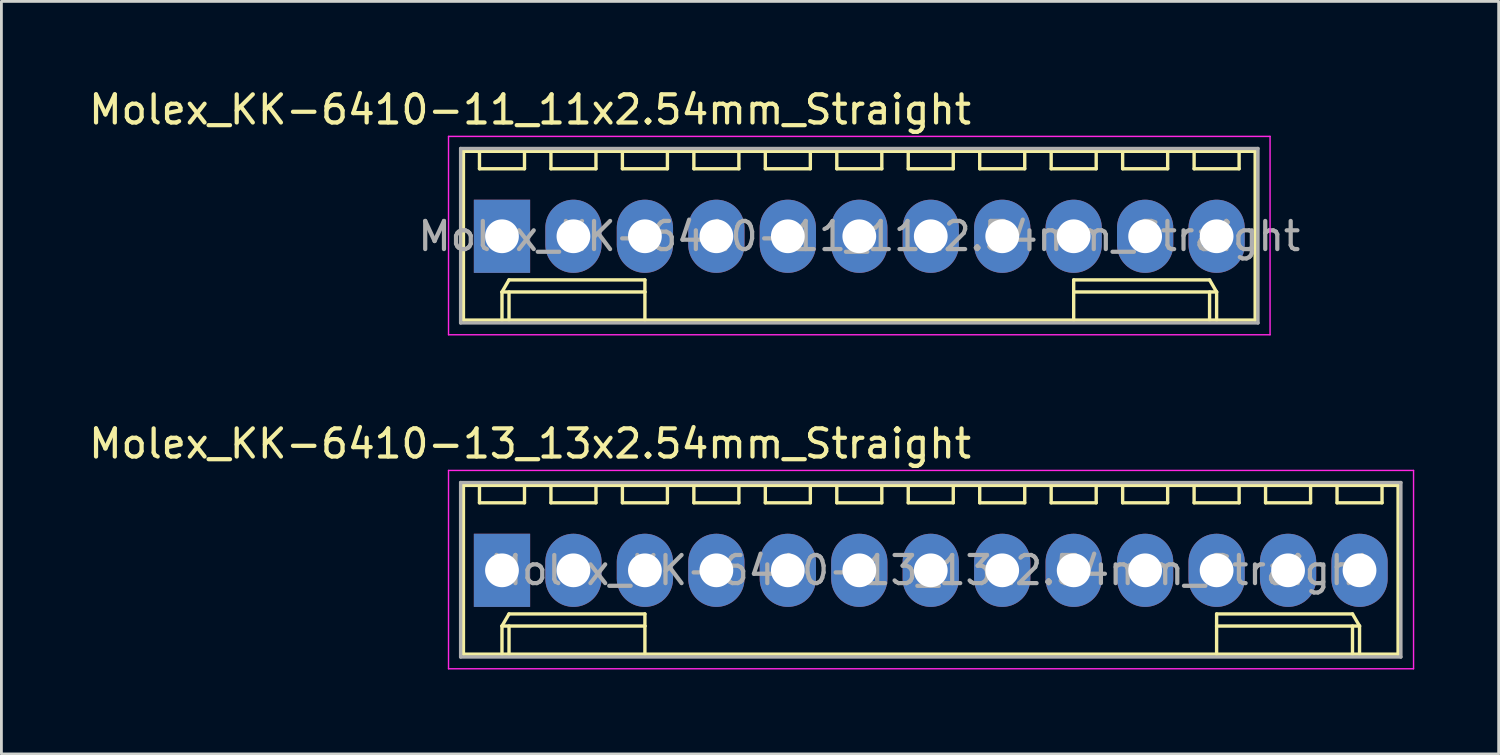
<source format=kicad_pcb>
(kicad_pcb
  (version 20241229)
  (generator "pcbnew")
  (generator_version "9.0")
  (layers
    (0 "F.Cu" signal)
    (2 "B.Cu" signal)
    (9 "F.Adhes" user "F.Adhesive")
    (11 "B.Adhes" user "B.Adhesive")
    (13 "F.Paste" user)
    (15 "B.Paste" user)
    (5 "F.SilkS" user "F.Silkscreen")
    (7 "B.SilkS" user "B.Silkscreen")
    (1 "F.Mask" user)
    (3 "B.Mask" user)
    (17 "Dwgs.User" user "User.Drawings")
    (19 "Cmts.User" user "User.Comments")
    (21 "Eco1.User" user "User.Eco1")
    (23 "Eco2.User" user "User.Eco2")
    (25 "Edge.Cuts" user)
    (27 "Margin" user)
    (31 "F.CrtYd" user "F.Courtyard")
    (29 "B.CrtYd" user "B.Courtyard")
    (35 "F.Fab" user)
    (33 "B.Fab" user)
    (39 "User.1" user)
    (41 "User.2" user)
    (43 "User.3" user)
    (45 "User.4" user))
  (footprint "Molex_KK-6410-11_11x2.54mm_Straight"
    (layer "F.Cu")
    (at 14.792 5.348)
    (property "Reference" "Molex_KK-6410-11_11x2.54mm_Straight" (at 1 -4.5 0) (layer "F.SilkS") (effects (font (size 1 1) (thickness 0.15))))
    (attr through_hole)
    (fp_line (start -1.37 -3.02) (end -1.37 2.98) (stroke (width 0.12) (type solid)) (layer "F.SilkS"))
    (fp_line (start -1.37 2.98) (end 26.77 2.98) (stroke (width 0.12) (type solid)) (layer "F.SilkS"))
    (fp_line (start -0.8 -3.02) (end -0.8 -2.4) (stroke (width 0.12) (type solid)) (layer "F.SilkS"))
    (fp_line (start -0.8 -2.4) (end 0.8 -2.4) (stroke (width 0.12) (type solid)) (layer "F.SilkS"))
    (fp_line (start 0 1.98) (end 0.25 1.55) (stroke (width 0.12) (type solid)) (layer "F.SilkS"))
    (fp_line (start 0 1.98) (end 5.08 1.98) (stroke (width 0.12) (type solid)) (layer "F.SilkS"))
    (fp_line (start 0 2.98) (end 0 1.98) (stroke (width 0.12) (type solid)) (layer "F.SilkS"))
    (fp_line (start 0.25 1.55) (end 5.08 1.55) (stroke (width 0.12) (type solid)) (layer "F.SilkS"))
    (fp_line (start 0.25 2.98) (end 0.25 1.98) (stroke (width 0.12) (type solid)) (layer "F.SilkS"))
    (fp_line (start 0.8 -2.4) (end 0.8 -3.02) (stroke (width 0.12) (type solid)) (layer "F.SilkS"))
    (fp_line (start 1.74 -3.02) (end 1.74 -2.4) (stroke (width 0.12) (type solid)) (layer "F.SilkS"))
    (fp_line (start 1.74 -2.4) (end 3.34 -2.4) (stroke (width 0.12) (type solid)) (layer "F.SilkS"))
    (fp_line (start 3.34 -2.4) (end 3.34 -3.02) (stroke (width 0.12) (type solid)) (layer "F.SilkS"))
    (fp_line (start 4.28 -3.02) (end 4.28 -2.4) (stroke (width 0.12) (type solid)) (layer "F.SilkS"))
    (fp_line (start 4.28 -2.4) (end 5.88 -2.4) (stroke (width 0.12) (type solid)) (layer "F.SilkS"))
    (fp_line (start 5.08 1.55) (end 5.08 1.98) (stroke (width 0.12) (type solid)) (layer "F.SilkS"))
    (fp_line (start 5.08 1.98) (end 5.08 2.98) (stroke (width 0.12) (type solid)) (layer "F.SilkS"))
    (fp_line (start 5.88 -2.4) (end 5.88 -3.02) (stroke (width 0.12) (type solid)) (layer "F.SilkS"))
    (fp_line (start 6.82 -3.02) (end 6.82 -2.4) (stroke (width 0.12) (type solid)) (layer "F.SilkS"))
    (fp_line (start 6.82 -2.4) (end 8.42 -2.4) (stroke (width 0.12) (type solid)) (layer "F.SilkS"))
    (fp_line (start 8.42 -2.4) (end 8.42 -3.02) (stroke (width 0.12) (type solid)) (layer "F.SilkS"))
    (fp_line (start 9.36 -3.02) (end 9.36 -2.4) (stroke (width 0.12) (type solid)) (layer "F.SilkS"))
    (fp_line (start 9.36 -2.4) (end 10.96 -2.4) (stroke (width 0.12) (type solid)) (layer "F.SilkS"))
    (fp_line (start 10.96 -2.4) (end 10.96 -3.02) (stroke (width 0.12) (type solid)) (layer "F.SilkS"))
    (fp_line (start 11.9 -3.02) (end 11.9 -2.4) (stroke (width 0.12) (type solid)) (layer "F.SilkS"))
    (fp_line (start 11.9 -2.4) (end 13.5 -2.4) (stroke (width 0.12) (type solid)) (layer "F.SilkS"))
    (fp_line (start 13.5 -2.4) (end 13.5 -3.02) (stroke (width 0.12) (type solid)) (layer "F.SilkS"))
    (fp_line (start 14.44 -3.02) (end 14.44 -2.4) (stroke (width 0.12) (type solid)) (layer "F.SilkS"))
    (fp_line (start 14.44 -2.4) (end 16.04 -2.4) (stroke (width 0.12) (type solid)) (layer "F.SilkS"))
    (fp_line (start 16.04 -2.4) (end 16.04 -3.02) (stroke (width 0.12) (type solid)) (layer "F.SilkS"))
    (fp_line (start 16.98 -3.02) (end 16.98 -2.4) (stroke (width 0.12) (type solid)) (layer "F.SilkS"))
    (fp_line (start 16.98 -2.4) (end 18.58 -2.4) (stroke (width 0.12) (type solid)) (layer "F.SilkS"))
    (fp_line (start 18.58 -2.4) (end 18.58 -3.02) (stroke (width 0.12) (type solid)) (layer "F.SilkS"))
    (fp_line (start 19.52 -3.02) (end 19.52 -2.4) (stroke (width 0.12) (type solid)) (layer "F.SilkS"))
    (fp_line (start 19.52 -2.4) (end 21.12 -2.4) (stroke (width 0.12) (type solid)) (layer "F.SilkS"))
    (fp_line (start 20.32 1.55) (end 20.32 1.98) (stroke (width 0.12) (type solid)) (layer "F.SilkS"))
    (fp_line (start 20.32 1.98) (end 20.32 2.98) (stroke (width 0.12) (type solid)) (layer "F.SilkS"))
    (fp_line (start 21.12 -2.4) (end 21.12 -3.02) (stroke (width 0.12) (type solid)) (layer "F.SilkS"))
    (fp_line (start 22.06 -3.02) (end 22.06 -2.4) (stroke (width 0.12) (type solid)) (layer "F.SilkS"))
    (fp_line (start 22.06 -2.4) (end 23.66 -2.4) (stroke (width 0.12) (type solid)) (layer "F.SilkS"))
    (fp_line (start 23.66 -2.4) (end 23.66 -3.02) (stroke (width 0.12) (type solid)) (layer "F.SilkS"))
    (fp_line (start 24.6 -3.02) (end 24.6 -2.4) (stroke (width 0.12) (type solid)) (layer "F.SilkS"))
    (fp_line (start 24.6 -2.4) (end 26.2 -2.4) (stroke (width 0.12) (type solid)) (layer "F.SilkS"))
    (fp_line (start 25.15 1.55) (end 20.32 1.55) (stroke (width 0.12) (type solid)) (layer "F.SilkS"))
    (fp_line (start 25.15 2.98) (end 25.15 1.98) (stroke (width 0.12) (type solid)) (layer "F.SilkS"))
    (fp_line (start 25.4 1.98) (end 20.32 1.98) (stroke (width 0.12) (type solid)) (layer "F.SilkS"))
    (fp_line (start 25.4 1.98) (end 25.15 1.55) (stroke (width 0.12) (type solid)) (layer "F.SilkS"))
    (fp_line (start 25.4 2.98) (end 25.4 1.98) (stroke (width 0.12) (type solid)) (layer "F.SilkS"))
    (fp_line (start 26.2 -2.4) (end 26.2 -3.02) (stroke (width 0.12) (type solid)) (layer "F.SilkS"))
    (fp_line (start 26.77 -3.02) (end -1.37 -3.02) (stroke (width 0.12) (type solid)) (layer "F.SilkS"))
    (fp_line (start 26.77 2.98) (end 26.77 -3.02) (stroke (width 0.12) (type solid)) (layer "F.SilkS"))
    (fp_line (start -1.9 -3.55) (end 27.3 -3.55) (stroke (width 0.05) (type solid)) (layer "F.CrtYd"))
    (fp_line (start -1.9 3.5) (end -1.9 -3.55) (stroke (width 0.05) (type solid)) (layer "F.CrtYd"))
    (fp_line (start 27.3 -3.55) (end 27.3 3.5) (stroke (width 0.05) (type solid)) (layer "F.CrtYd"))
    (fp_line (start 27.3 3.5) (end -1.9 3.5) (stroke (width 0.05) (type solid)) (layer "F.CrtYd"))
    (fp_line (start -1.47 -3.12) (end -1.47 3.08) (stroke (width 0.12) (type solid)) (layer "F.Fab"))
    (fp_line (start -1.47 3.08) (end 26.87 3.08) (stroke (width 0.12) (type solid)) (layer "F.Fab"))
    (fp_line (start 26.87 -3.12) (end -1.47 -3.12) (stroke (width 0.12) (type solid)) (layer "F.Fab"))
    (fp_line (start 26.87 3.08) (end 26.87 -3.12) (stroke (width 0.12) (type solid)) (layer "F.Fab"))
    (fp_text user "${REFERENCE}" (at 12.7 0 0) (layer "F.Fab") (effects (font (size 1 1) (thickness 0.15))))
    (pad "1" thru_hole rect (at 0 0) (size 2 2.6) (drill 1.2) (layers "*.Cu" "*.Mask"))
    (pad "2" thru_hole oval (at 2.54 0) (size 2 2.6) (drill 1.2) (layers "*.Cu" "*.Mask"))
    (pad "3" thru_hole oval (at 5.08 0) (size 2 2.6) (drill 1.2) (layers "*.Cu" "*.Mask"))
    (pad "4" thru_hole oval (at 7.62 0) (size 2 2.6) (drill 1.2) (layers "*.Cu" "*.Mask"))
    (pad "5" thru_hole oval (at 10.16 0) (size 2 2.6) (drill 1.2) (layers "*.Cu" "*.Mask"))
    (pad "6" thru_hole oval (at 12.7 0) (size 2 2.6) (drill 1.2) (layers "*.Cu" "*.Mask"))
    (pad "7" thru_hole oval (at 15.24 0) (size 2 2.6) (drill 1.2) (layers "*.Cu" "*.Mask"))
    (pad "8" thru_hole oval (at 17.78 0) (size 2 2.6) (drill 1.2) (layers "*.Cu" "*.Mask"))
    (pad "9" thru_hole oval (at 20.32 0) (size 2 2.6) (drill 1.2) (layers "*.Cu" "*.Mask"))
    (pad "10" thru_hole oval (at 22.86 0) (size 2 2.6) (drill 1.2) (layers "*.Cu" "*.Mask"))
    (pad "11" thru_hole oval (at 25.4 0) (size 2 2.6) (drill 1.2) (layers "*.Cu" "*.Mask")))
  (footprint "Molex_KK-6410-13_13x2.54mm_Straight"
    (layer "F.Cu")
    (at 14.792 17.221)
    (property "Reference" "Molex_KK-6410-13_13x2.54mm_Straight" (at 1 -4.5 0) (layer "F.SilkS") (effects (font (size 1 1) (thickness 0.15))))
    (attr through_hole)
    (fp_line (start -1.37 -3.02) (end -1.37 2.98) (stroke (width 0.12) (type solid)) (layer "F.SilkS"))
    (fp_line (start -1.37 2.98) (end 31.85 2.98) (stroke (width 0.12) (type solid)) (layer "F.SilkS"))
    (fp_line (start -0.8 -3.02) (end -0.8 -2.4) (stroke (width 0.12) (type solid)) (layer "F.SilkS"))
    (fp_line (start -0.8 -2.4) (end 0.8 -2.4) (stroke (width 0.12) (type solid)) (layer "F.SilkS"))
    (fp_line (start 0 1.98) (end 0.25 1.55) (stroke (width 0.12) (type solid)) (layer "F.SilkS"))
    (fp_line (start 0 1.98) (end 5.08 1.98) (stroke (width 0.12) (type solid)) (layer "F.SilkS"))
    (fp_line (start 0 2.98) (end 0 1.98) (stroke (width 0.12) (type solid)) (layer "F.SilkS"))
    (fp_line (start 0.25 1.55) (end 5.08 1.55) (stroke (width 0.12) (type solid)) (layer "F.SilkS"))
    (fp_line (start 0.25 2.98) (end 0.25 1.98) (stroke (width 0.12) (type solid)) (layer "F.SilkS"))
    (fp_line (start 0.8 -2.4) (end 0.8 -3.02) (stroke (width 0.12) (type solid)) (layer "F.SilkS"))
    (fp_line (start 1.74 -3.02) (end 1.74 -2.4) (stroke (width 0.12) (type solid)) (layer "F.SilkS"))
    (fp_line (start 1.74 -2.4) (end 3.34 -2.4) (stroke (width 0.12) (type solid)) (layer "F.SilkS"))
    (fp_line (start 3.34 -2.4) (end 3.34 -3.02) (stroke (width 0.12) (type solid)) (layer "F.SilkS"))
    (fp_line (start 4.28 -3.02) (end 4.28 -2.4) (stroke (width 0.12) (type solid)) (layer "F.SilkS"))
    (fp_line (start 4.28 -2.4) (end 5.88 -2.4) (stroke (width 0.12) (type solid)) (layer "F.SilkS"))
    (fp_line (start 5.08 1.55) (end 5.08 1.98) (stroke (width 0.12) (type solid)) (layer "F.SilkS"))
    (fp_line (start 5.08 1.98) (end 5.08 2.98) (stroke (width 0.12) (type solid)) (layer "F.SilkS"))
    (fp_line (start 5.88 -2.4) (end 5.88 -3.02) (stroke (width 0.12) (type solid)) (layer "F.SilkS"))
    (fp_line (start 6.82 -3.02) (end 6.82 -2.4) (stroke (width 0.12) (type solid)) (layer "F.SilkS"))
    (fp_line (start 6.82 -2.4) (end 8.42 -2.4) (stroke (width 0.12) (type solid)) (layer "F.SilkS"))
    (fp_line (start 8.42 -2.4) (end 8.42 -3.02) (stroke (width 0.12) (type solid)) (layer "F.SilkS"))
    (fp_line (start 9.36 -3.02) (end 9.36 -2.4) (stroke (width 0.12) (type solid)) (layer "F.SilkS"))
    (fp_line (start 9.36 -2.4) (end 10.96 -2.4) (stroke (width 0.12) (type solid)) (layer "F.SilkS"))
    (fp_line (start 10.96 -2.4) (end 10.96 -3.02) (stroke (width 0.12) (type solid)) (layer "F.SilkS"))
    (fp_line (start 11.9 -3.02) (end 11.9 -2.4) (stroke (width 0.12) (type solid)) (layer "F.SilkS"))
    (fp_line (start 11.9 -2.4) (end 13.5 -2.4) (stroke (width 0.12) (type solid)) (layer "F.SilkS"))
    (fp_line (start 13.5 -2.4) (end 13.5 -3.02) (stroke (width 0.12) (type solid)) (layer "F.SilkS"))
    (fp_line (start 14.44 -3.02) (end 14.44 -2.4) (stroke (width 0.12) (type solid)) (layer "F.SilkS"))
    (fp_line (start 14.44 -2.4) (end 16.04 -2.4) (stroke (width 0.12) (type solid)) (layer "F.SilkS"))
    (fp_line (start 16.04 -2.4) (end 16.04 -3.02) (stroke (width 0.12) (type solid)) (layer "F.SilkS"))
    (fp_line (start 16.98 -3.02) (end 16.98 -2.4) (stroke (width 0.12) (type solid)) (layer "F.SilkS"))
    (fp_line (start 16.98 -2.4) (end 18.58 -2.4) (stroke (width 0.12) (type solid)) (layer "F.SilkS"))
    (fp_line (start 18.58 -2.4) (end 18.58 -3.02) (stroke (width 0.12) (type solid)) (layer "F.SilkS"))
    (fp_line (start 19.52 -3.02) (end 19.52 -2.4) (stroke (width 0.12) (type solid)) (layer "F.SilkS"))
    (fp_line (start 19.52 -2.4) (end 21.12 -2.4) (stroke (width 0.12) (type solid)) (layer "F.SilkS"))
    (fp_line (start 21.12 -2.4) (end 21.12 -3.02) (stroke (width 0.12) (type solid)) (layer "F.SilkS"))
    (fp_line (start 22.06 -3.02) (end 22.06 -2.4) (stroke (width 0.12) (type solid)) (layer "F.SilkS"))
    (fp_line (start 22.06 -2.4) (end 23.66 -2.4) (stroke (width 0.12) (type solid)) (layer "F.SilkS"))
    (fp_line (start 23.66 -2.4) (end 23.66 -3.02) (stroke (width 0.12) (type solid)) (layer "F.SilkS"))
    (fp_line (start 24.6 -3.02) (end 24.6 -2.4) (stroke (width 0.12) (type solid)) (layer "F.SilkS"))
    (fp_line (start 24.6 -2.4) (end 26.2 -2.4) (stroke (width 0.12) (type solid)) (layer "F.SilkS"))
    (fp_line (start 25.4 1.55) (end 25.4 1.98) (stroke (width 0.12) (type solid)) (layer "F.SilkS"))
    (fp_line (start 25.4 1.98) (end 25.4 2.98) (stroke (width 0.12) (type solid)) (layer "F.SilkS"))
    (fp_line (start 26.2 -2.4) (end 26.2 -3.02) (stroke (width 0.12) (type solid)) (layer "F.SilkS"))
    (fp_line (start 27.14 -3.02) (end 27.14 -2.4) (stroke (width 0.12) (type solid)) (layer "F.SilkS"))
    (fp_line (start 27.14 -2.4) (end 28.74 -2.4) (stroke (width 0.12) (type solid)) (layer "F.SilkS"))
    (fp_line (start 28.74 -2.4) (end 28.74 -3.02) (stroke (width 0.12) (type solid)) (layer "F.SilkS"))
    (fp_line (start 29.68 -3.02) (end 29.68 -2.4) (stroke (width 0.12) (type solid)) (layer "F.SilkS"))
    (fp_line (start 29.68 -2.4) (end 31.28 -2.4) (stroke (width 0.12) (type solid)) (layer "F.SilkS"))
    (fp_line (start 30.23 1.55) (end 25.4 1.55) (stroke (width 0.12) (type solid)) (layer "F.SilkS"))
    (fp_line (start 30.23 2.98) (end 30.23 1.98) (stroke (width 0.12) (type solid)) (layer "F.SilkS"))
    (fp_line (start 30.48 1.98) (end 25.4 1.98) (stroke (width 0.12) (type solid)) (layer "F.SilkS"))
    (fp_line (start 30.48 1.98) (end 30.23 1.55) (stroke (width 0.12) (type solid)) (layer "F.SilkS"))
    (fp_line (start 30.48 2.98) (end 30.48 1.98) (stroke (width 0.12) (type solid)) (layer "F.SilkS"))
    (fp_line (start 31.28 -2.4) (end 31.28 -3.02) (stroke (width 0.12) (type solid)) (layer "F.SilkS"))
    (fp_line (start 31.85 -3.02) (end -1.37 -3.02) (stroke (width 0.12) (type solid)) (layer "F.SilkS"))
    (fp_line (start 31.85 2.98) (end 31.85 -3.02) (stroke (width 0.12) (type solid)) (layer "F.SilkS"))
    (fp_line (start -1.9 -3.55) (end 32.4 -3.55) (stroke (width 0.05) (type solid)) (layer "F.CrtYd"))
    (fp_line (start -1.9 3.5) (end -1.9 -3.55) (stroke (width 0.05) (type solid)) (layer "F.CrtYd"))
    (fp_line (start 32.4 -3.55) (end 32.4 3.5) (stroke (width 0.05) (type solid)) (layer "F.CrtYd"))
    (fp_line (start 32.4 3.5) (end -1.9 3.5) (stroke (width 0.05) (type solid)) (layer "F.CrtYd"))
    (fp_line (start -1.47 -3.12) (end -1.47 3.08) (stroke (width 0.12) (type solid)) (layer "F.Fab"))
    (fp_line (start -1.47 3.08) (end 31.95 3.08) (stroke (width 0.12) (type solid)) (layer "F.Fab"))
    (fp_line (start 31.95 -3.12) (end -1.47 -3.12) (stroke (width 0.12) (type solid)) (layer "F.Fab"))
    (fp_line (start 31.95 3.08) (end 31.95 -3.12) (stroke (width 0.12) (type solid)) (layer "F.Fab"))
    (fp_text user "${REFERENCE}" (at 15.24 0 0) (layer "F.Fab") (effects (font (size 1 1) (thickness 0.15))))
    (pad "1" thru_hole rect (at 0 0) (size 2 2.6) (drill 1.2) (layers "*.Cu" "*.Mask"))
    (pad "2" thru_hole oval (at 2.54 0) (size 2 2.6) (drill 1.2) (layers "*.Cu" "*.Mask"))
    (pad "3" thru_hole oval (at 5.08 0) (size 2 2.6) (drill 1.2) (layers "*.Cu" "*.Mask"))
    (pad "4" thru_hole oval (at 7.62 0) (size 2 2.6) (drill 1.2) (layers "*.Cu" "*.Mask"))
    (pad "5" thru_hole oval (at 10.16 0) (size 2 2.6) (drill 1.2) (layers "*.Cu" "*.Mask"))
    (pad "6" thru_hole oval (at 12.7 0) (size 2 2.6) (drill 1.2) (layers "*.Cu" "*.Mask"))
    (pad "7" thru_hole oval (at 15.24 0) (size 2 2.6) (drill 1.2) (layers "*.Cu" "*.Mask"))
    (pad "8" thru_hole oval (at 17.78 0) (size 2 2.6) (drill 1.2) (layers "*.Cu" "*.Mask"))
    (pad "9" thru_hole oval (at 20.32 0) (size 2 2.6) (drill 1.2) (layers "*.Cu" "*.Mask"))
    (pad "10" thru_hole oval (at 22.86 0) (size 2 2.6) (drill 1.2) (layers "*.Cu" "*.Mask"))
    (pad "11" thru_hole oval (at 25.4 0) (size 2 2.6) (drill 1.2) (layers "*.Cu" "*.Mask"))
    (pad "12" thru_hole oval (at 27.94 0) (size 2 2.6) (drill 1.2) (layers "*.Cu" "*.Mask"))
    (pad "13" thru_hole oval (at 30.48 0) (size 2 2.6) (drill 1.2) (layers "*.Cu" "*.Mask")))
  (gr_rect
    (start -3 -3)
    (end 50.217 23.747)
    (stroke (width 0.1) (type default))
    (fill no)
    (layer "Edge.Cuts")))
</source>
